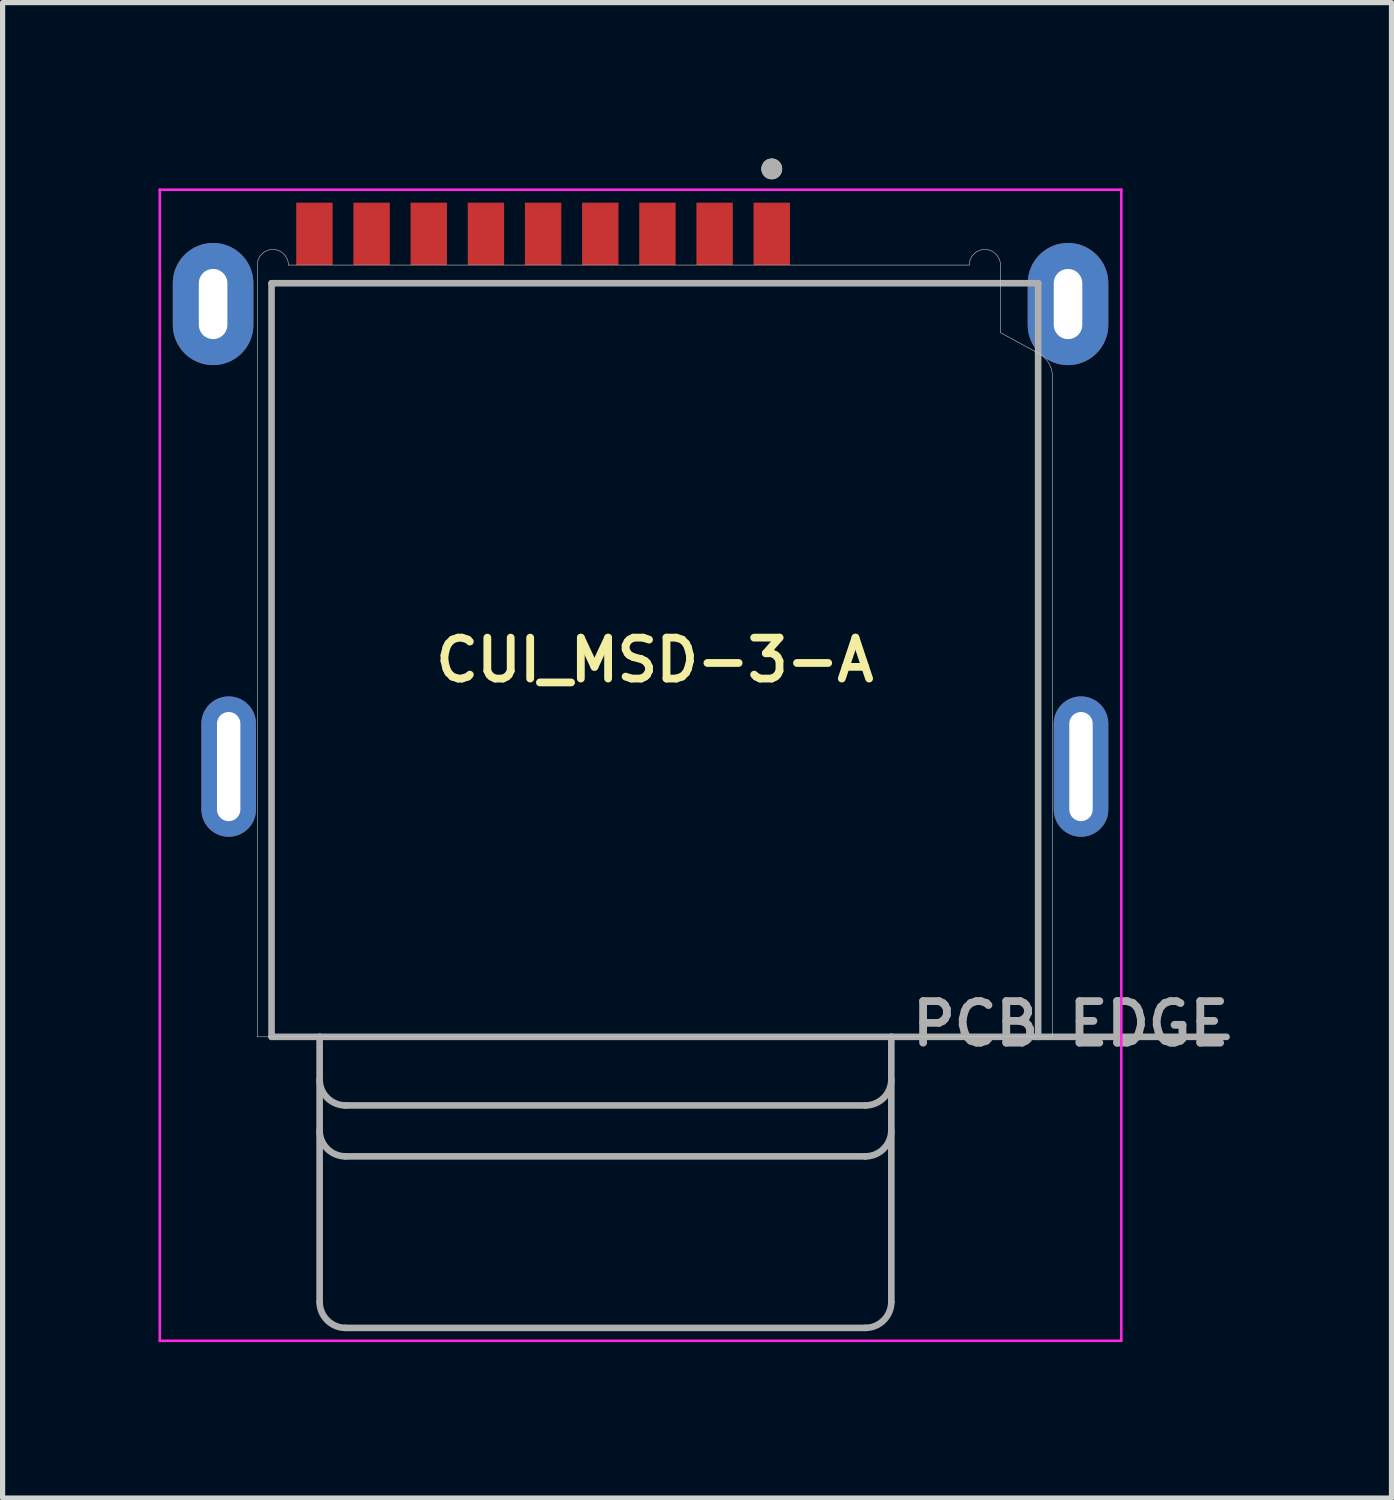
<source format=kicad_pcb>
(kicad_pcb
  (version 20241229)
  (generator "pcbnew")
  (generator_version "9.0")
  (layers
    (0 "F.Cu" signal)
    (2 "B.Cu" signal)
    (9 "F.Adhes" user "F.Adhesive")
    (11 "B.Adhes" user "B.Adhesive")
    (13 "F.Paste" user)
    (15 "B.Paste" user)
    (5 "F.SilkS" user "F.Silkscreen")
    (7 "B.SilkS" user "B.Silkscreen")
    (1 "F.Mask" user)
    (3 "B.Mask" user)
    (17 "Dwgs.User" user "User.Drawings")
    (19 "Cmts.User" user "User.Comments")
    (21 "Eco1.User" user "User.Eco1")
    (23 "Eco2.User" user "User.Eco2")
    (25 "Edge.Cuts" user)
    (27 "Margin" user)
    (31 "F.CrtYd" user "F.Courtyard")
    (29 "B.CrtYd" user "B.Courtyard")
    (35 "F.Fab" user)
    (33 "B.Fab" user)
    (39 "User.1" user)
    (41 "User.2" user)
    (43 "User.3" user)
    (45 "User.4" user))
  (footprint "CUI_MSD-3-A"
    (layer "F.Cu")
    (at 9.55 9.65)
    (property "Reference" "CUI_MSD-3-A" (at 0 0 0) (layer "F.SilkS") (effects (font (size 0.787 0.787) (thickness 0.15))))
    (attr smd)
    (fp_circle (center 2.25 -9.45) (end 2.35 -9.45) (stroke (width 0.2) (type solid)) (fill no) (layer "F.SilkS"))
    (fp_line (start -7.65 -7.6) (end -7.65 7.25) (stroke (width 0.01) (type solid)) (layer "Edge.Cuts"))
    (fp_line (start -7.65 7.25) (end 7.65 7.25) (stroke (width 0.01) (type solid)) (layer "Edge.Cuts"))
    (fp_line (start 6.05 -7.6) (end -7.05 -7.6) (stroke (width 0.01) (type solid)) (layer "Edge.Cuts"))
    (fp_line (start 6.65 -6.3) (end 6.65 -7.6) (stroke (width 0.01) (type solid)) (layer "Edge.Cuts"))
    (fp_line (start 7.39 -5.896) (end 6.65 -6.3) (stroke (width 0.01) (type solid)) (layer "Edge.Cuts"))
    (fp_line (start 7.65 7.25) (end 7.65 -5.457) (stroke (width 0.01) (type solid)) (layer "Edge.Cuts"))
    (fp_arc (start -7.65 -7.6) (mid -7.35 -7.9) (end -7.05 -7.6) (stroke (width 0.01) (type solid)) (layer "Edge.Cuts"))
    (fp_arc (start 6.05 -7.6) (mid 6.35 -7.9) (end 6.65 -7.6) (stroke (width 0.01) (type solid)) (layer "Edge.Cuts"))
    (fp_arc (start 7.38966 -5.89603) (mid 7.580018 -5.712328) (end 7.65 -5.45721) (stroke (width 0.01) (type solid)) (layer "Edge.Cuts"))
    (fp_line (start -9.525 -9.05) (end 8.975 -9.05) (stroke (width 0.05) (type solid)) (layer "F.CrtYd"))
    (fp_line (start -9.525 13.1) (end -9.525 -9.05) (stroke (width 0.05) (type solid)) (layer "F.CrtYd"))
    (fp_line (start 8.975 -9.05) (end 8.975 13.1) (stroke (width 0.05) (type solid)) (layer "F.CrtYd"))
    (fp_line (start 8.975 13.1) (end -9.525 13.1) (stroke (width 0.05) (type solid)) (layer "F.CrtYd"))
    (fp_line (start -7.375 -7.25) (end 7.375 -7.25) (stroke (width 0.127) (type solid)) (layer "F.Fab"))
    (fp_line (start -7.375 7.25) (end -7.375 -7.25) (stroke (width 0.127) (type solid)) (layer "F.Fab"))
    (fp_line (start -6.45 7.25) (end -7.375 7.25) (stroke (width 0.127) (type solid)) (layer "F.Fab"))
    (fp_line (start -6.45 7.25) (end -6.45 12.35) (stroke (width 0.127) (type solid)) (layer "F.Fab"))
    (fp_line (start -5.95 8.57) (end 4.05 8.57) (stroke (width 0.127) (type solid)) (layer "F.Fab"))
    (fp_line (start -5.95 9.55) (end 4.05 9.55) (stroke (width 0.127) (type solid)) (layer "F.Fab"))
    (fp_line (start -5.95 12.85) (end 4.05 12.85) (stroke (width 0.127) (type solid)) (layer "F.Fab"))
    (fp_line (start 4.55 7.25) (end -6.45 7.25) (stroke (width 0.127) (type solid)) (layer "F.Fab"))
    (fp_line (start 4.55 12.35) (end 4.55 7.25) (stroke (width 0.127) (type solid)) (layer "F.Fab"))
    (fp_line (start 7.375 -7.25) (end 7.375 7.25) (stroke (width 0.127) (type solid)) (layer "F.Fab"))
    (fp_line (start 7.375 7.25) (end 4.55 7.25) (stroke (width 0.127) (type solid)) (layer "F.Fab"))
    (fp_line (start 7.375 7.25) (end 11 7.25) (stroke (width 0.127) (type solid)) (layer "F.Fab"))
    (fp_arc (start -5.95 8.57) (mid -6.303553 8.423553) (end -6.45 8.07) (stroke (width 0.127) (type solid)) (layer "F.Fab"))
    (fp_arc (start -5.95 9.55) (mid -6.303553 9.403553) (end -6.45 9.05) (stroke (width 0.127) (type solid)) (layer "F.Fab"))
    (fp_arc (start -5.95 12.85) (mid -6.303553 12.703553) (end -6.45 12.35) (stroke (width 0.127) (type solid)) (layer "F.Fab"))
    (fp_arc (start 4.55 8.07) (mid 4.403553 8.423553) (end 4.05 8.57) (stroke (width 0.127) (type solid)) (layer "F.Fab"))
    (fp_arc (start 4.55 9.05) (mid 4.403553 9.403553) (end 4.05 9.55) (stroke (width 0.127) (type solid)) (layer "F.Fab"))
    (fp_arc (start 4.55 12.35) (mid 4.403553 12.703553) (end 4.05 12.85) (stroke (width 0.127) (type solid)) (layer "F.Fab"))
    (fp_circle (center 2.25 -9.45) (end 2.35 -9.45) (stroke (width 0.2) (type solid)) (fill no) (layer "F.Fab"))
    (fp_text user "PCB EDGE" (at 8 7 0) (layer "F.Fab") (effects (font (size 0.8 0.8) (thickness 0.15))))
    (pad "1" smd rect (at 2.25 -8.2) (size 0.7 1.2) (layers "F.Cu" "F.Mask" "F.Paste"))
    (pad "2" smd rect (at 1.15 -8.2) (size 0.7 1.2) (layers "F.Cu" "F.Mask" "F.Paste"))
    (pad "3" smd rect (at 0.05 -8.2) (size 0.7 1.2) (layers "F.Cu" "F.Mask" "F.Paste"))
    (pad "4" smd rect (at -1.05 -8.2) (size 0.7 1.2) (layers "F.Cu" "F.Mask" "F.Paste"))
    (pad "5" smd rect (at -2.15 -8.2) (size 0.7 1.2) (layers "F.Cu" "F.Mask" "F.Paste"))
    (pad "6" smd rect (at -3.25 -8.2) (size 0.7 1.2) (layers "F.Cu" "F.Mask" "F.Paste"))
    (pad "7" smd rect (at -4.35 -8.2) (size 0.7 1.2) (layers "F.Cu" "F.Mask" "F.Paste"))
    (pad "8" smd rect (at -5.45 -8.2) (size 0.7 1.2) (layers "F.Cu" "F.Mask" "F.Paste"))
    (pad "CD" smd rect (at -6.55 -8.2) (size 0.7 1.2) (layers "F.Cu" "F.Mask" "F.Paste"))
    (pad "G1" thru_hole oval (at -8.5 -6.85) (size 1.55 2.35) (drill oval 0.55 1.35) (layers "*.Cu" "*.Mask"))
    (pad "G2" thru_hole oval (at 7.95 -6.85) (size 1.55 2.35) (drill oval 0.55 1.35) (layers "*.Cu" "*.Mask"))
    (pad "G3" thru_hole oval (at -8.2 2.05) (size 1.05 2.7) (drill oval 0.45 2.1) (layers "*.Cu" "*.Mask"))
    (pad "G4" thru_hole oval (at 8.2 2.05) (size 1.05 2.7) (drill oval 0.45 2.1) (layers "*.Cu" "*.Mask")))
  (gr_rect
    (start -3 -3)
    (end 23.724 25.775)
    (stroke (width 0.1) (type default))
    (fill no)
    (layer "Edge.Cuts")))
</source>
